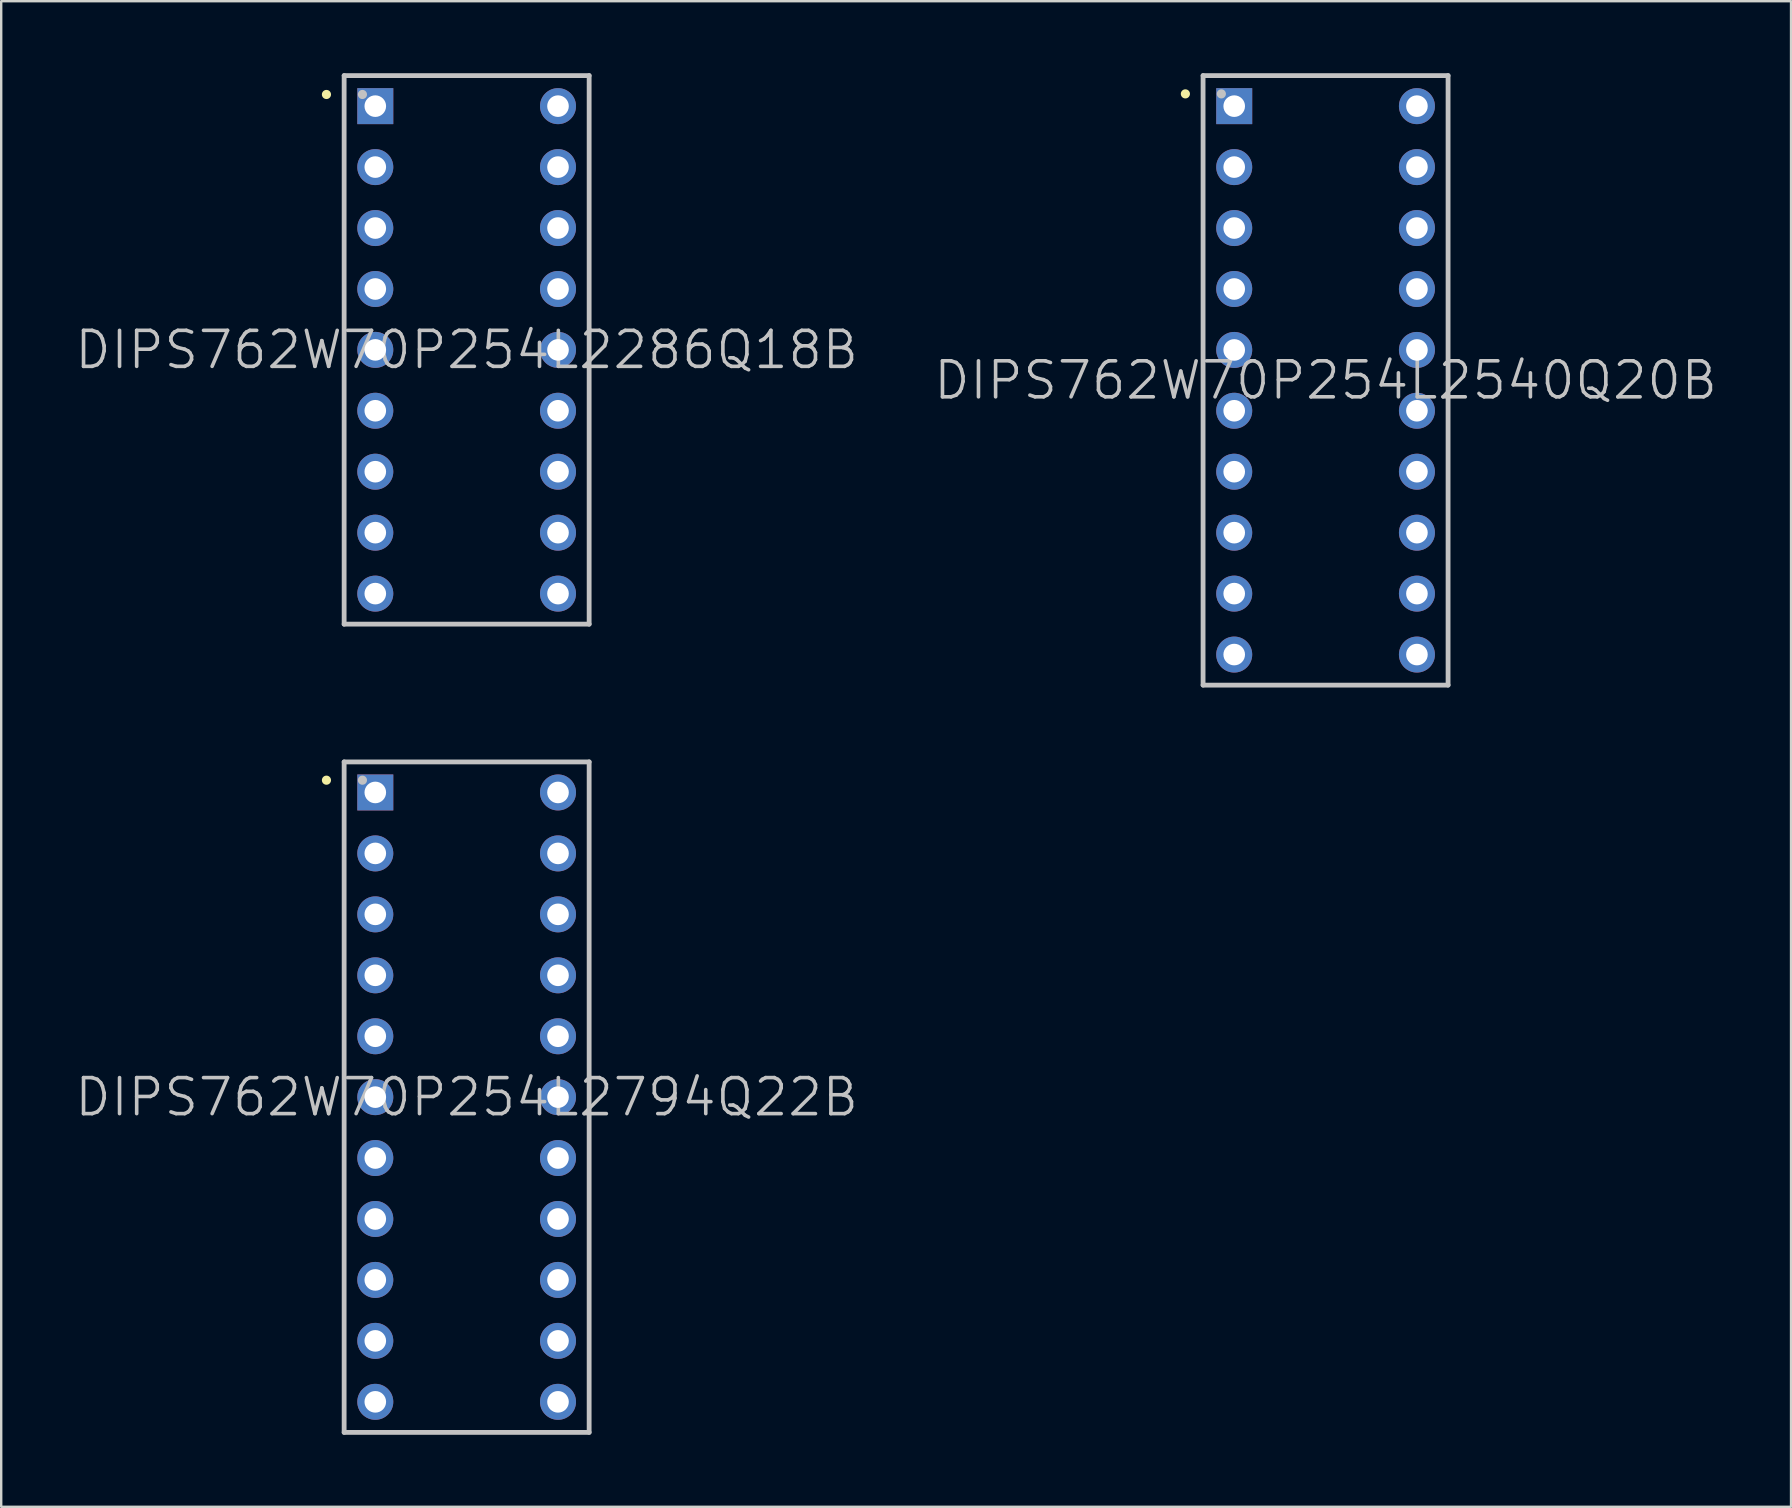
<source format=kicad_pcb>
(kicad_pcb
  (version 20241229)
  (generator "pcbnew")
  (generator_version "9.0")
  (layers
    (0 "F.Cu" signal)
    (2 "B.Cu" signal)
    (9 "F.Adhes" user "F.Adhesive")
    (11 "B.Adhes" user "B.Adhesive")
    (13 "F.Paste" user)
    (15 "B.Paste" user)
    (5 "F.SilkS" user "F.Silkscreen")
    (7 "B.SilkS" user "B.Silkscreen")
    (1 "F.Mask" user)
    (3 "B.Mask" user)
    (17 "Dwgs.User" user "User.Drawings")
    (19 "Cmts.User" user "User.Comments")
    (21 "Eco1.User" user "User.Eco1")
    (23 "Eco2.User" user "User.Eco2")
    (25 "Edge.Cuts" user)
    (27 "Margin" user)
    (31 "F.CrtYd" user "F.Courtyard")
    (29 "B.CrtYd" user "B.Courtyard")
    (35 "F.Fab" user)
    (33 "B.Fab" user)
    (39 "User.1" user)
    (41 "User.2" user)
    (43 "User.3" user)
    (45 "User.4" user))
  (footprint "DIPS762W70P254L2286Q18B"
    (layer "F.Cu")
    (at 16.396 11.53)
    (property "Reference" "DIPS762W70P254L2286Q18B" (at 0 0 0) (layer "Dwgs.User") (effects (font (size 1.5 1.5) (thickness 0.15))))
    (attr through_hole)
    (fp_line (start -5.842 -10.643) (end -5.842 -10.643) (stroke (width 0.381) (type solid)) (layer "F.SilkS"))
    (fp_line (start -5.105 -11.43) (end -5.105 11.43) (stroke (width 0.2) (type solid)) (layer "Dwgs.User"))
    (fp_line (start -5.105 -11.43) (end 5.105 -11.43) (stroke (width 0.2) (type solid)) (layer "Dwgs.User"))
    (fp_line (start -5.105 11.43) (end 5.105 11.43) (stroke (width 0.2) (type solid)) (layer "Dwgs.User"))
    (fp_line (start -4.343 -10.643) (end -4.343 -10.643) (stroke (width 0.381) (type solid)) (layer "Dwgs.User"))
    (fp_line (start 5.105 -11.43) (end 5.105 11.43) (stroke (width 0.2) (type solid)) (layer "Dwgs.User"))
    (pad "1" thru_hole rect (at -3.807 -10.157 180) (size 1.5 1.5) (drill 0.9) (layers "*.Cu" "*.Mask"))
    (pad "2" thru_hole circle (at -3.807 -7.617 180) (size 1.5 1.5) (drill 0.9) (layers "*.Cu" "*.Mask"))
    (pad "3" thru_hole circle (at -3.807 -5.077 180) (size 1.5 1.5) (drill 0.9) (layers "*.Cu" "*.Mask"))
    (pad "4" thru_hole circle (at -3.807 -2.537 180) (size 1.5 1.5) (drill 0.9) (layers "*.Cu" "*.Mask"))
    (pad "5" thru_hole circle (at -3.807 0 180) (size 1.5 1.5) (drill 0.9) (layers "*.Cu" "*.Mask"))
    (pad "6" thru_hole circle (at -3.807 2.537 180) (size 1.5 1.5) (drill 0.9) (layers "*.Cu" "*.Mask"))
    (pad "7" thru_hole circle (at -3.807 5.077 180) (size 1.5 1.5) (drill 0.9) (layers "*.Cu" "*.Mask"))
    (pad "8" thru_hole circle (at -3.807 7.617 180) (size 1.5 1.5) (drill 0.9) (layers "*.Cu" "*.Mask"))
    (pad "9" thru_hole circle (at -3.807 10.157 180) (size 1.5 1.5) (drill 0.9) (layers "*.Cu" "*.Mask"))
    (pad "10" thru_hole circle (at 3.807 10.157 180) (size 1.5 1.5) (drill 0.9) (layers "*.Cu" "*.Mask"))
    (pad "11" thru_hole circle (at 3.807 7.617 180) (size 1.5 1.5) (drill 0.9) (layers "*.Cu" "*.Mask"))
    (pad "12" thru_hole circle (at 3.807 5.077 180) (size 1.5 1.5) (drill 0.9) (layers "*.Cu" "*.Mask"))
    (pad "13" thru_hole circle (at 3.807 2.537 180) (size 1.5 1.5) (drill 0.9) (layers "*.Cu" "*.Mask"))
    (pad "14" thru_hole circle (at 3.807 0 180) (size 1.5 1.5) (drill 0.9) (layers "*.Cu" "*.Mask"))
    (pad "15" thru_hole circle (at 3.807 -2.537 180) (size 1.5 1.5) (drill 0.9) (layers "*.Cu" "*.Mask"))
    (pad "16" thru_hole circle (at 3.807 -5.077 180) (size 1.5 1.5) (drill 0.9) (layers "*.Cu" "*.Mask"))
    (pad "17" thru_hole circle (at 3.807 -7.617 180) (size 1.5 1.5) (drill 0.9) (layers "*.Cu" "*.Mask"))
    (pad "18" thru_hole circle (at 3.807 -10.157 180) (size 1.5 1.5) (drill 0.9) (layers "*.Cu" "*.Mask")))
  (footprint "DIPS762W70P254L2794Q22B"
    (layer "F.Cu")
    (at 16.396 42.67)
    (property "Reference" "DIPS762W70P254L2794Q22B" (at 0 0 0) (layer "Dwgs.User") (effects (font (size 1.5 1.5) (thickness 0.15))))
    (attr through_hole)
    (fp_line (start -5.842 -13.208) (end -5.842 -13.208) (stroke (width 0.381) (type solid)) (layer "F.SilkS"))
    (fp_line (start -5.105 -13.97) (end -5.105 13.97) (stroke (width 0.2) (type solid)) (layer "Dwgs.User"))
    (fp_line (start -5.105 -13.97) (end 5.105 -13.97) (stroke (width 0.2) (type solid)) (layer "Dwgs.User"))
    (fp_line (start -5.105 13.97) (end 5.105 13.97) (stroke (width 0.2) (type solid)) (layer "Dwgs.User"))
    (fp_line (start -4.343 -13.208) (end -4.343 -13.208) (stroke (width 0.381) (type solid)) (layer "Dwgs.User"))
    (fp_line (start 5.105 -13.97) (end 5.105 13.97) (stroke (width 0.2) (type solid)) (layer "Dwgs.User"))
    (pad "1" thru_hole rect (at -3.807 -12.697 180) (size 1.5 1.5) (drill 0.9) (layers "*.Cu" "*.Mask"))
    (pad "2" thru_hole circle (at -3.807 -10.157 180) (size 1.5 1.5) (drill 0.9) (layers "*.Cu" "*.Mask"))
    (pad "3" thru_hole circle (at -3.807 -7.617 180) (size 1.5 1.5) (drill 0.9) (layers "*.Cu" "*.Mask"))
    (pad "4" thru_hole circle (at -3.807 -5.077 180) (size 1.5 1.5) (drill 0.9) (layers "*.Cu" "*.Mask"))
    (pad "5" thru_hole circle (at -3.807 -2.537 180) (size 1.5 1.5) (drill 0.9) (layers "*.Cu" "*.Mask"))
    (pad "6" thru_hole circle (at -3.807 0 180) (size 1.5 1.5) (drill 0.9) (layers "*.Cu" "*.Mask"))
    (pad "7" thru_hole circle (at -3.807 2.537 180) (size 1.5 1.5) (drill 0.9) (layers "*.Cu" "*.Mask"))
    (pad "8" thru_hole circle (at -3.807 5.077 180) (size 1.5 1.5) (drill 0.9) (layers "*.Cu" "*.Mask"))
    (pad "9" thru_hole circle (at -3.807 7.617 180) (size 1.5 1.5) (drill 0.9) (layers "*.Cu" "*.Mask"))
    (pad "10" thru_hole circle (at -3.807 10.157 180) (size 1.5 1.5) (drill 0.9) (layers "*.Cu" "*.Mask"))
    (pad "11" thru_hole circle (at -3.807 12.697 180) (size 1.5 1.5) (drill 0.9) (layers "*.Cu" "*.Mask"))
    (pad "12" thru_hole circle (at 3.807 12.697 180) (size 1.5 1.5) (drill 0.9) (layers "*.Cu" "*.Mask"))
    (pad "13" thru_hole circle (at 3.807 10.157 180) (size 1.5 1.5) (drill 0.9) (layers "*.Cu" "*.Mask"))
    (pad "14" thru_hole circle (at 3.807 7.617 180) (size 1.5 1.5) (drill 0.9) (layers "*.Cu" "*.Mask"))
    (pad "15" thru_hole circle (at 3.807 5.077 180) (size 1.5 1.5) (drill 0.9) (layers "*.Cu" "*.Mask"))
    (pad "16" thru_hole circle (at 3.807 2.537 180) (size 1.5 1.5) (drill 0.9) (layers "*.Cu" "*.Mask"))
    (pad "17" thru_hole circle (at 3.807 0 180) (size 1.5 1.5) (drill 0.9) (layers "*.Cu" "*.Mask"))
    (pad "18" thru_hole circle (at 3.807 -2.537 180) (size 1.5 1.5) (drill 0.9) (layers "*.Cu" "*.Mask"))
    (pad "19" thru_hole circle (at 3.807 -5.077 180) (size 1.5 1.5) (drill 0.9) (layers "*.Cu" "*.Mask"))
    (pad "20" thru_hole circle (at 3.807 -7.617 180) (size 1.5 1.5) (drill 0.9) (layers "*.Cu" "*.Mask"))
    (pad "21" thru_hole circle (at 3.807 -10.157 180) (size 1.5 1.5) (drill 0.9) (layers "*.Cu" "*.Mask"))
    (pad "22" thru_hole circle (at 3.807 -12.697 180) (size 1.5 1.5) (drill 0.9) (layers "*.Cu" "*.Mask")))
  (footprint "DIPS762W70P254L2540Q20B"
    (layer "F.Cu")
    (at 52.189 12.8)
    (property "Reference" "DIPS762W70P254L2540Q20B" (at 0 0 0) (layer "Dwgs.User") (effects (font (size 1.5 1.5) (thickness 0.15))))
    (attr through_hole)
    (fp_line (start -5.842 -11.938) (end -5.842 -11.938) (stroke (width 0.381) (type solid)) (layer "F.SilkS"))
    (fp_line (start -5.105 -12.7) (end -5.105 12.7) (stroke (width 0.2) (type solid)) (layer "Dwgs.User"))
    (fp_line (start -5.105 -12.7) (end 5.105 -12.7) (stroke (width 0.2) (type solid)) (layer "Dwgs.User"))
    (fp_line (start -5.105 12.7) (end 5.105 12.7) (stroke (width 0.2) (type solid)) (layer "Dwgs.User"))
    (fp_line (start -4.343 -11.938) (end -4.343 -11.938) (stroke (width 0.381) (type solid)) (layer "Dwgs.User"))
    (fp_line (start 5.105 -12.7) (end 5.105 12.7) (stroke (width 0.2) (type solid)) (layer "Dwgs.User"))
    (pad "1" thru_hole rect (at -3.807 -11.427 180) (size 1.5 1.5) (drill 0.9) (layers "*.Cu" "*.Mask"))
    (pad "2" thru_hole circle (at -3.807 -8.887 180) (size 1.5 1.5) (drill 0.9) (layers "*.Cu" "*.Mask"))
    (pad "3" thru_hole circle (at -3.807 -6.347 180) (size 1.5 1.5) (drill 0.9) (layers "*.Cu" "*.Mask"))
    (pad "4" thru_hole circle (at -3.807 -3.807 180) (size 1.5 1.5) (drill 0.9) (layers "*.Cu" "*.Mask"))
    (pad "5" thru_hole circle (at -3.807 -1.267 180) (size 1.5 1.5) (drill 0.9) (layers "*.Cu" "*.Mask"))
    (pad "6" thru_hole circle (at -3.807 1.267 180) (size 1.5 1.5) (drill 0.9) (layers "*.Cu" "*.Mask"))
    (pad "7" thru_hole circle (at -3.807 3.807 180) (size 1.5 1.5) (drill 0.9) (layers "*.Cu" "*.Mask"))
    (pad "8" thru_hole circle (at -3.807 6.347 180) (size 1.5 1.5) (drill 0.9) (layers "*.Cu" "*.Mask"))
    (pad "9" thru_hole circle (at -3.807 8.887 180) (size 1.5 1.5) (drill 0.9) (layers "*.Cu" "*.Mask"))
    (pad "10" thru_hole circle (at -3.807 11.427 180) (size 1.5 1.5) (drill 0.9) (layers "*.Cu" "*.Mask"))
    (pad "11" thru_hole circle (at 3.807 11.427 180) (size 1.5 1.5) (drill 0.9) (layers "*.Cu" "*.Mask"))
    (pad "12" thru_hole circle (at 3.807 8.887 180) (size 1.5 1.5) (drill 0.9) (layers "*.Cu" "*.Mask"))
    (pad "13" thru_hole circle (at 3.807 6.347 180) (size 1.5 1.5) (drill 0.9) (layers "*.Cu" "*.Mask"))
    (pad "14" thru_hole circle (at 3.807 3.807 180) (size 1.5 1.5) (drill 0.9) (layers "*.Cu" "*.Mask"))
    (pad "15" thru_hole circle (at 3.807 1.267 180) (size 1.5 1.5) (drill 0.9) (layers "*.Cu" "*.Mask"))
    (pad "16" thru_hole circle (at 3.807 -1.267 180) (size 1.5 1.5) (drill 0.9) (layers "*.Cu" "*.Mask"))
    (pad "17" thru_hole circle (at 3.807 -3.807 180) (size 1.5 1.5) (drill 0.9) (layers "*.Cu" "*.Mask"))
    (pad "18" thru_hole circle (at 3.807 -6.347 180) (size 1.5 1.5) (drill 0.9) (layers "*.Cu" "*.Mask"))
    (pad "19" thru_hole circle (at 3.807 -8.887 180) (size 1.5 1.5) (drill 0.9) (layers "*.Cu" "*.Mask"))
    (pad "20" thru_hole circle (at 3.807 -11.427 180) (size 1.5 1.5) (drill 0.9) (layers "*.Cu" "*.Mask")))
  (gr_rect
    (start -3 -3)
    (end 71.586 59.74)
    (stroke (width 0.1) (type default))
    (fill no)
    (layer "Edge.Cuts")))
</source>
